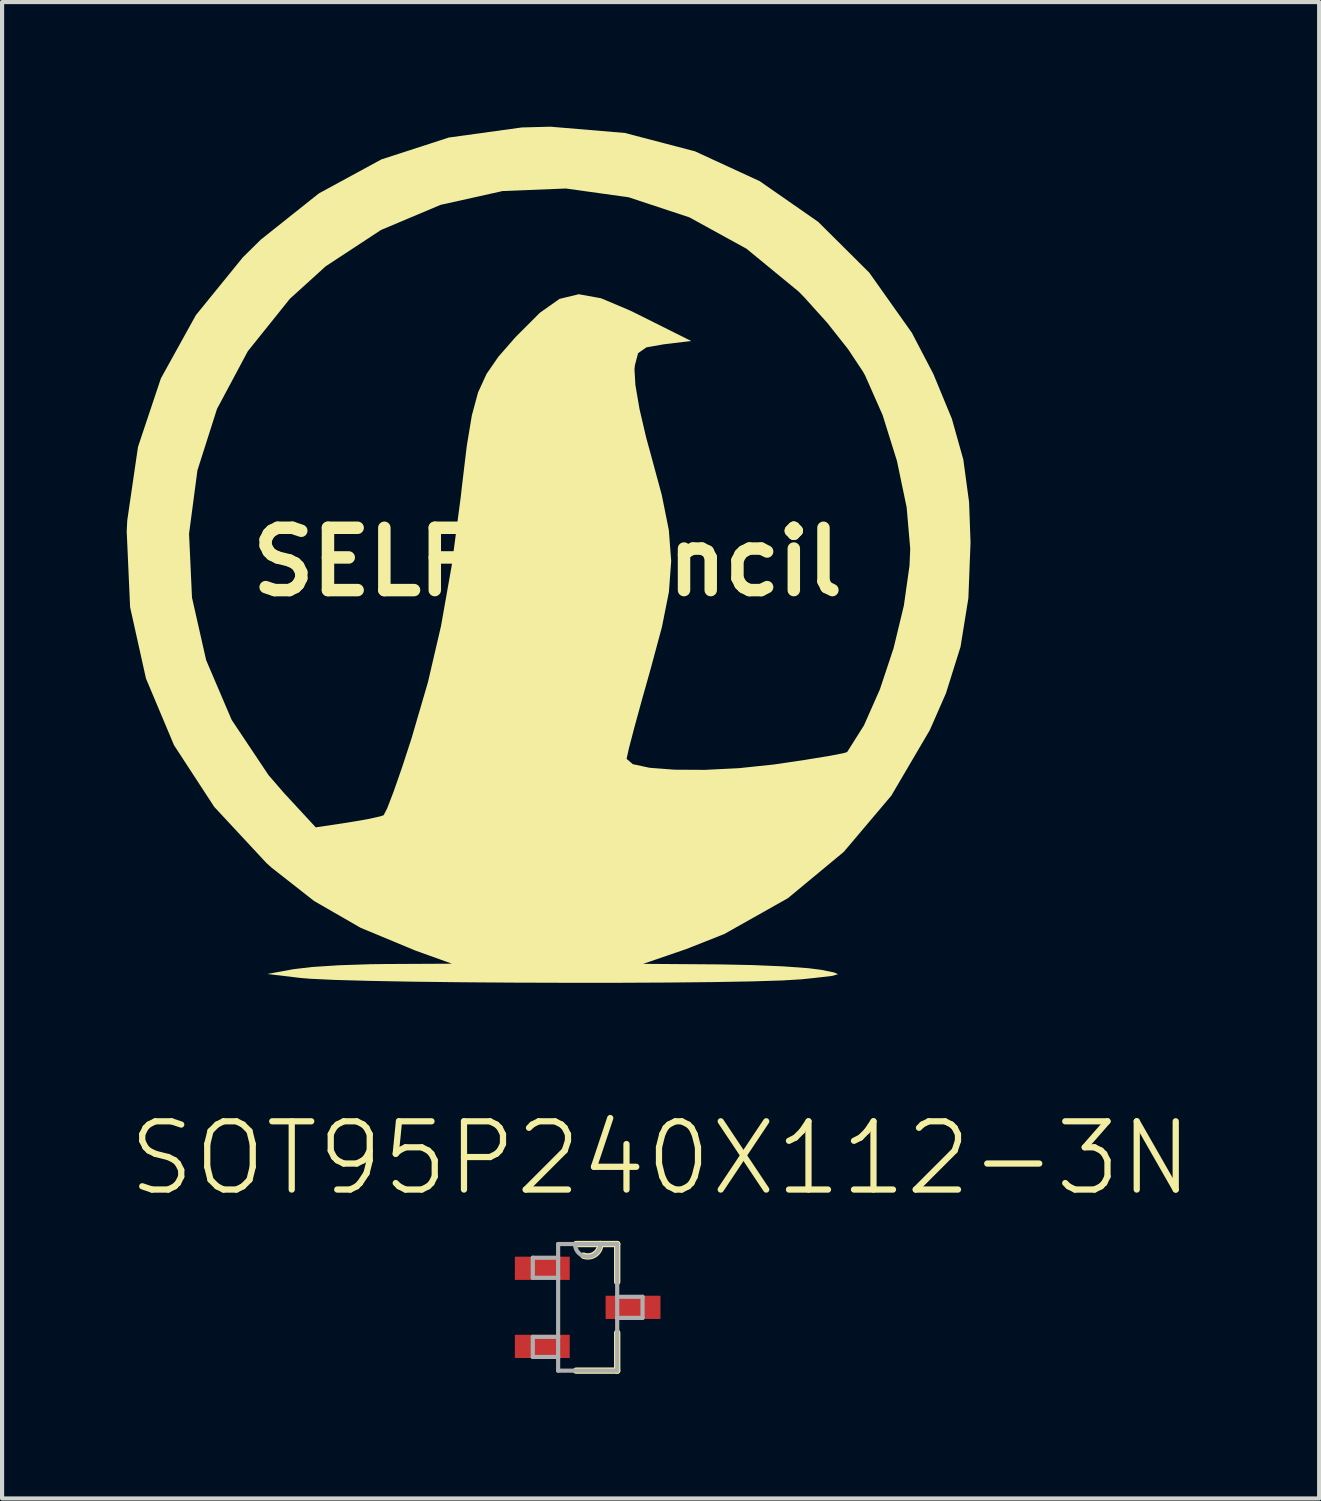
<source format=kicad_pcb>
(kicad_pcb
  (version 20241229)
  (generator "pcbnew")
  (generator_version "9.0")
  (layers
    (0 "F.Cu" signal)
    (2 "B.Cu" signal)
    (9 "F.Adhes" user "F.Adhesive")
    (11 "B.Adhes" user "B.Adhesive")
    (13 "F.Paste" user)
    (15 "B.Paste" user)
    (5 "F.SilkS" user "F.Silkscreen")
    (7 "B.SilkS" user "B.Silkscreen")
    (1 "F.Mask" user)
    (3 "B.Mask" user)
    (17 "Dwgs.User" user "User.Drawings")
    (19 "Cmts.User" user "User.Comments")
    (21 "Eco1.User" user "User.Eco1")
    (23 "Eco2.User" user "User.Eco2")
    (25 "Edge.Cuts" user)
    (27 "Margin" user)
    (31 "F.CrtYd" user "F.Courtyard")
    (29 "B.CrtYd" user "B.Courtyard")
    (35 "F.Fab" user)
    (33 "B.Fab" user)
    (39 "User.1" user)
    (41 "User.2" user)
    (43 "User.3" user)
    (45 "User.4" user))
  (footprint "SELF_Stencil"
    (layer "F.Cu")
    (at 10.131 10.477)
    (property "Reference" "SELF_Stencil" (at 0 0 0) (layer "F.SilkS") (effects (font (size 1.5 1.5) (thickness 0.3))))
    (attr board_only exclude_from_pos_files exclude_from_bom)
    (fp_poly (pts (xy 1.862 -10.326) (xy 3.55 -9.884) (xy 5.109 -9.165) (xy 6.515 -8.187) (xy 7.744 -6.965) (xy 8.771 -5.515) (xy 9.288 -4.524) (xy 9.733 -3.447) (xy 10.009 -2.466) (xy 10.148 -1.439) (xy 10.183 -0.47) (xy 10.131 0.874) (xy 9.942 2.044) (xy 9.591 3.163) (xy 9.203 4.048) (xy 8.276 5.627) (xy 7.132 6.98) (xy 5.787 8.095) (xy 4.253 8.959) (xy 3.334 9.322) (xy 2.302 9.676) (xy 4.128 9.689) (xy 4.929 9.705) (xy 5.679 9.737) (xy 6.281 9.781) (xy 6.588 9.82) (xy 6.899 9.883) (xy 6.993 9.927) (xy 6.84 9.968) (xy 6.413 10.017) (xy 6.112 10.048) (xy 5.652 10.076) (xy 4.932 10.098) (xy 3.999 10.115) (xy 2.905 10.126) (xy 1.698 10.132) (xy 0.429 10.132) (xy -0.853 10.128) (xy -2.097 10.119) (xy -3.256 10.105) (xy -4.278 10.086) (xy -5.114 10.063) (xy -5.714 10.035) (xy -5.953 10.015) (xy -6.747 9.92) (xy -6.112 9.804) (xy -5.672 9.752) (xy -5.024 9.71) (xy -4.274 9.685) (xy -3.889 9.68) (xy -2.302 9.672) (xy -3.175 9.359) (xy -4.5 8.808) (xy -5.62 8.163) (xy -6.645 7.359) (xy -6.768 7.248) (xy -8.023 5.898) (xy -8.991 4.414) (xy -9.667 2.807) (xy -10.049 1.089) (xy -10.128 -0.678) (xy -8.63 -0.678) (xy -8.559 0.859) (xy -8.218 2.366) (xy -7.604 3.803) (xy -6.717 5.132) (xy -6.351 5.556) (xy -5.58 6.39) (xy -4.814 6.275) (xy -4.347 6.196) (xy -4.021 6.124) (xy -3.945 6.097) (xy -3.859 5.929) (xy -3.702 5.52) (xy -3.497 4.931) (xy -3.274 4.247) (xy -2.879 2.895) (xy -2.564 1.542) (xy -2.307 0.088) (xy -2.089 -1.567) (xy -2.06 -1.826) (xy -1.943 -2.8) (xy -1.822 -3.527) (xy -1.673 -4.079) (xy -1.468 -4.526) (xy -1.184 -4.938) (xy -0.793 -5.386) (xy -0.757 -5.425) (xy -0.186 -5.997) (xy 0.289 -6.332) (xy 0.752 -6.444) (xy 1.288 -6.347) (xy 1.98 -6.055) (xy 2.224 -5.935) (xy 3.458 -5.318) (xy 2.801 -5.239) (xy 2.38 -5.165) (xy 2.18 -5.025) (xy 2.104 -4.738) (xy 2.093 -4.64) (xy 2.115 -4.259) (xy 2.215 -3.675) (xy 2.376 -2.987) (xy 2.467 -2.656) (xy 2.75 -1.612) (xy 2.92 -0.767) (xy 2.977 -0.021) (xy 2.922 0.724) (xy 2.754 1.567) (xy 2.48 2.584) (xy 2.266 3.343) (xy 2.088 3.994) (xy 1.962 4.476) (xy 1.906 4.727) (xy 1.905 4.743) (xy 2.053 4.869) (xy 2.457 4.956) (xy 3.057 5.002) (xy 3.795 5.006) (xy 4.611 4.965) (xy 5.446 4.877) (xy 5.529 4.865) (xy 6.21 4.764) (xy 6.762 4.674) (xy 7.117 4.606) (xy 7.212 4.578) (xy 7.618 3.934) (xy 8.001 3.068) (xy 8.331 2.075) (xy 8.578 1.05) (xy 8.714 0.088) (xy 8.731 -0.318) (xy 8.645 -1.313) (xy 8.412 -2.43) (xy 8.067 -3.533) (xy 7.647 -4.484) (xy 7.594 -4.58) (xy 7.235 -5.121) (xy 6.733 -5.756) (xy 6.182 -6.368) (xy 6.044 -6.509) (xy 4.79 -7.539) (xy 3.414 -8.295) (xy 1.952 -8.778) (xy 0.441 -8.989) (xy -1.081 -8.928) (xy -2.576 -8.595) (xy -4.008 -7.991) (xy -5.34 -7.117) (xy -6.203 -6.334) (xy -7.215 -5.072) (xy -7.957 -3.683) (xy -8.428 -2.205) (xy -8.63 -0.678) (xy -10.128 -0.678) (xy -10.131 -0.732) (xy -10.117 -1.003) (xy -9.859 -2.77) (xy -9.308 -4.418) (xy -8.466 -5.94) (xy -7.335 -7.332) (xy -6.903 -7.758) (xy -5.505 -8.871) (xy -4.001 -9.689) (xy -2.377 -10.216) (xy -0.618 -10.459) (xy 0.071 -10.477)) (stroke (width 0) (type solid)) (fill yes) (layer "F.SilkS")))
  (footprint "SOT95P240X112-3N"
    (layer "F.Cu")
    (at 11.097 28.422)
    (property "Reference" "SOT95P240X112-3N" (at 1.756 -3.588 0) (layer "F.SilkS") (effects (font (size 1.643 1.643) (thickness 0.15))))
    (attr through_hole)
    (fp_line (start -0.279 1.524) (end 0.711 1.524) (stroke (width 0.152) (type solid)) (layer "F.SilkS"))
    (fp_line (start 0.305 -1.524) (end -0.279 -1.524) (stroke (width 0.152) (type solid)) (layer "F.SilkS"))
    (fp_line (start 0.711 -1.524) (end 0.305 -1.524) (stroke (width 0.152) (type solid)) (layer "F.SilkS"))
    (fp_line (start 0.711 -0.61) (end 0.711 -1.524) (stroke (width 0.152) (type solid)) (layer "F.SilkS"))
    (fp_line (start 0.711 1.524) (end 0.711 0.61) (stroke (width 0.152) (type solid)) (layer "F.SilkS"))
    (fp_arc (start 0.3048 -1.524) (mid 0.174323 -1.278521) (end -0.1016 -1.2446) (stroke (width 0.1524) (type solid)) (layer "F.SilkS"))
    (fp_line (start -1.321 -1.194) (end -1.321 -0.711) (stroke (width 0.1) (type solid)) (layer "F.Fab"))
    (fp_line (start -1.321 -0.711) (end -0.711 -0.711) (stroke (width 0.1) (type solid)) (layer "F.Fab"))
    (fp_line (start -1.321 0.711) (end -1.321 1.194) (stroke (width 0.1) (type solid)) (layer "F.Fab"))
    (fp_line (start -1.321 1.194) (end -0.711 1.194) (stroke (width 0.1) (type solid)) (layer "F.Fab"))
    (fp_line (start -0.711 -1.524) (end -0.711 -1.194) (stroke (width 0.1) (type solid)) (layer "F.Fab"))
    (fp_line (start -0.711 -1.194) (end -1.321 -1.194) (stroke (width 0.1) (type solid)) (layer "F.Fab"))
    (fp_line (start -0.711 -1.194) (end -0.711 -0.711) (stroke (width 0.1) (type solid)) (layer "F.Fab"))
    (fp_line (start -0.711 -0.711) (end -0.711 0.711) (stroke (width 0.1) (type solid)) (layer "F.Fab"))
    (fp_line (start -0.711 0.711) (end -1.321 0.711) (stroke (width 0.1) (type solid)) (layer "F.Fab"))
    (fp_line (start -0.711 1.194) (end -0.711 0.711) (stroke (width 0.1) (type solid)) (layer "F.Fab"))
    (fp_line (start -0.711 1.524) (end -0.711 1.194) (stroke (width 0.1) (type solid)) (layer "F.Fab"))
    (fp_line (start -0.711 1.524) (end 0.711 1.524) (stroke (width 0.1) (type solid)) (layer "F.Fab"))
    (fp_line (start -0.305 -1.524) (end -0.711 -1.524) (stroke (width 0.1) (type solid)) (layer "F.Fab"))
    (fp_line (start 0.305 -1.524) (end -0.305 -1.524) (stroke (width 0.1) (type solid)) (layer "F.Fab"))
    (fp_line (start 0.711 -1.524) (end 0.305 -1.524) (stroke (width 0.1) (type solid)) (layer "F.Fab"))
    (fp_line (start 0.711 -0.254) (end 0.711 -1.524) (stroke (width 0.1) (type solid)) (layer "F.Fab"))
    (fp_line (start 0.711 0.254) (end 0.711 -0.254) (stroke (width 0.1) (type solid)) (layer "F.Fab"))
    (fp_line (start 0.711 0.254) (end 1.321 0.254) (stroke (width 0.1) (type solid)) (layer "F.Fab"))
    (fp_line (start 0.711 1.524) (end 0.711 0.254) (stroke (width 0.1) (type solid)) (layer "F.Fab"))
    (fp_line (start 1.321 -0.254) (end 0.711 -0.254) (stroke (width 0.1) (type solid)) (layer "F.Fab"))
    (fp_line (start 1.321 0.254) (end 1.321 -0.254) (stroke (width 0.1) (type solid)) (layer "F.Fab"))
    (fp_arc (start 0.3048 -1.524) (mid 0 -1.2192) (end -0.3048 -1.524) (stroke (width 0.1) (type solid)) (layer "F.Fab"))
    (pad "1" smd rect (at -1.092 -0.94) (size 1.321 0.559) (layers "F.Cu" "F.Mask" "F.Paste"))
    (pad "2" smd rect (at -1.092 0.94) (size 1.321 0.559) (layers "F.Cu" "F.Mask" "F.Paste"))
    (pad "3" smd rect (at 1.092 0) (size 1.321 0.559) (layers "F.Cu" "F.Mask" "F.Paste")))
  (gr_rect
    (start -3 -3)
    (end 28.706 33.023)
    (stroke (width 0.1) (type default))
    (fill no)
    (layer "Edge.Cuts")))
</source>
